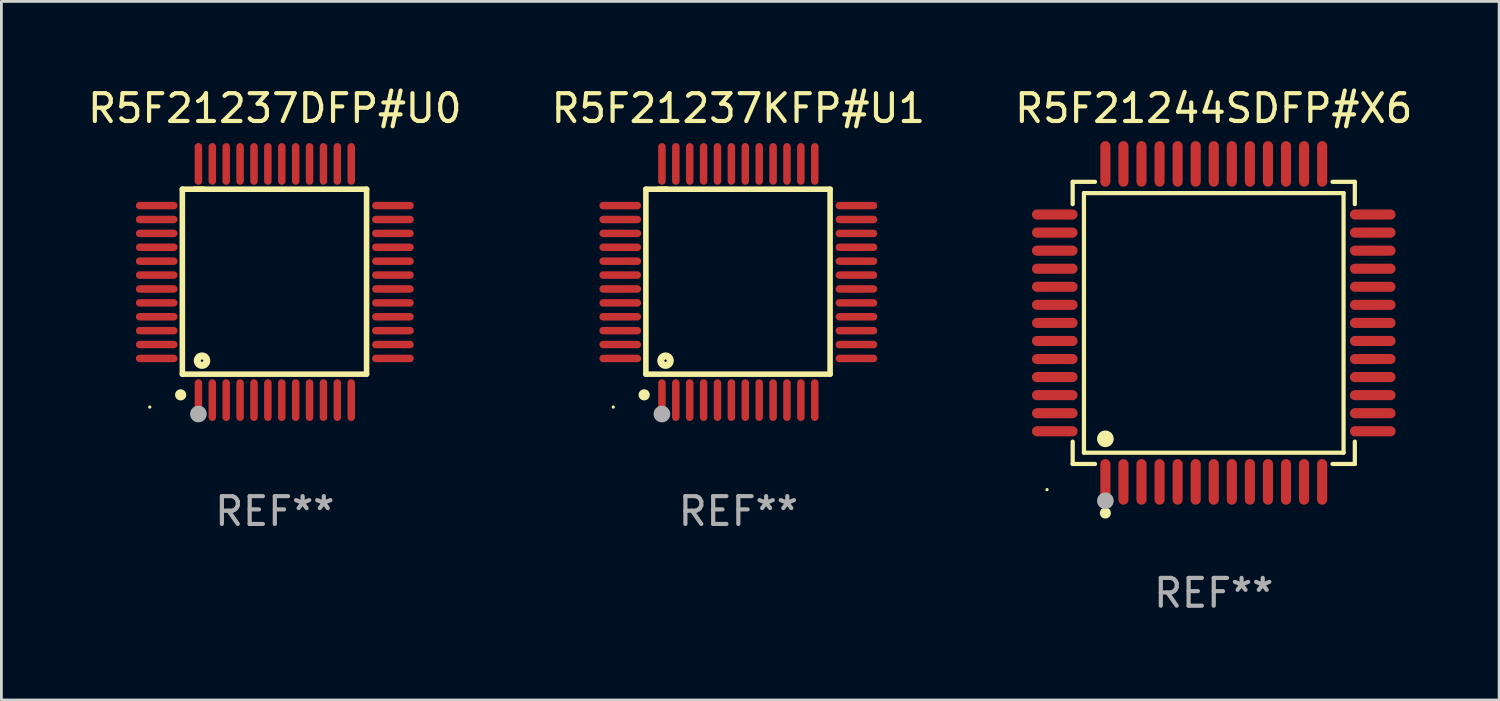
<source format=kicad_pcb>
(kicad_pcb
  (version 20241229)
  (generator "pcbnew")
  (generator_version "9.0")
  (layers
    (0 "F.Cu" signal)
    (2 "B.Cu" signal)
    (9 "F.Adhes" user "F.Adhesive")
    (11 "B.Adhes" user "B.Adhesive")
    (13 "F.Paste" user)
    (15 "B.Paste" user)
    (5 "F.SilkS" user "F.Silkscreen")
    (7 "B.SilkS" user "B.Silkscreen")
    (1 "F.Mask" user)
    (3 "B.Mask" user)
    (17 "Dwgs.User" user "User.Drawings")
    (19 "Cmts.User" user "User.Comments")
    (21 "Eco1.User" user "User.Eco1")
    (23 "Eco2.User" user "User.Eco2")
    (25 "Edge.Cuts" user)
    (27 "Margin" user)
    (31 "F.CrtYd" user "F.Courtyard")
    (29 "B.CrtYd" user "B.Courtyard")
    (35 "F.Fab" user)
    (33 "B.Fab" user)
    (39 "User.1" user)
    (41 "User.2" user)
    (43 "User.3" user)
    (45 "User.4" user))
  (footprint "R5F21244SDFP#X6"
    (layer "F.Cu")
    (at 40.625 8.569)
    (property "Reference" "R5F21244SDFP#X6" (at 0 -7.721 0) (layer "F.SilkS") (effects (font (size 1 1) (thickness 0.15))))
    (attr through_hole)
    (fp_line (start -5.076 -5.076) (end -4.273 -5.076) (stroke (width 0.152) (type solid)) (layer "F.SilkS"))
    (fp_line (start -5.076 -4.273) (end -5.076 -5.076) (stroke (width 0.152) (type solid)) (layer "F.SilkS"))
    (fp_line (start -5.076 4.273) (end -5.076 5.076) (stroke (width 0.152) (type solid)) (layer "F.SilkS"))
    (fp_line (start -5.076 5.076) (end -4.273 5.076) (stroke (width 0.152) (type solid)) (layer "F.SilkS"))
    (fp_line (start -4.671 -4.671) (end 4.671 -4.671) (stroke (width 0.152) (type solid)) (layer "F.SilkS"))
    (fp_line (start -4.671 4.671) (end -4.671 -4.671) (stroke (width 0.152) (type solid)) (layer "F.SilkS"))
    (fp_line (start 4.671 -4.671) (end 4.671 4.671) (stroke (width 0.152) (type solid)) (layer "F.SilkS"))
    (fp_line (start 4.671 4.671) (end -4.671 4.671) (stroke (width 0.152) (type solid)) (layer "F.SilkS"))
    (fp_line (start 5.076 -5.076) (end 4.273 -5.076) (stroke (width 0.152) (type solid)) (layer "F.SilkS"))
    (fp_line (start 5.076 -4.273) (end 5.076 -5.076) (stroke (width 0.152) (type solid)) (layer "F.SilkS"))
    (fp_line (start 5.076 4.273) (end 5.076 5.076) (stroke (width 0.152) (type solid)) (layer "F.SilkS"))
    (fp_line (start 5.076 5.076) (end 4.273 5.076) (stroke (width 0.152) (type solid)) (layer "F.SilkS"))
    (fp_circle (center -6 6) (end -5.97 6) (stroke (width 0.06) (type solid)) (fill no) (layer "F.SilkS"))
    (fp_circle (center -3.9 4.171) (end -3.75 4.171) (stroke (width 0.3) (type solid)) (fill no) (layer "F.SilkS"))
    (fp_circle (center -3.9 6.842) (end -3.8 6.842) (stroke (width 0.2) (type solid)) (fill no) (layer "F.SilkS"))
    (fp_circle (center -3.9 6.4) (end -3.75 6.4) (stroke (width 0.3) (type solid)) (fill no) (layer "F.Fab"))
    (fp_text user "REF**" (at 0 9.721 0) (layer "F.Fab") (effects (font (size 1 1) (thickness 0.15))))
    (pad "1" smd oval (at -3.9 5.721) (size 0.364 1.642) (layers "F.Cu" "F.Mask" "F.Paste"))
    (pad "2" smd oval (at -3.25 5.721) (size 0.364 1.642) (layers "F.Cu" "F.Mask" "F.Paste"))
    (pad "3" smd oval (at -2.6 5.721) (size 0.364 1.642) (layers "F.Cu" "F.Mask" "F.Paste"))
    (pad "4" smd oval (at -1.95 5.721) (size 0.364 1.642) (layers "F.Cu" "F.Mask" "F.Paste"))
    (pad "5" smd oval (at -1.3 5.721) (size 0.364 1.642) (layers "F.Cu" "F.Mask" "F.Paste"))
    (pad "6" smd oval (at -0.65 5.721) (size 0.364 1.642) (layers "F.Cu" "F.Mask" "F.Paste"))
    (pad "7" smd oval (at 0 5.721) (size 0.364 1.642) (layers "F.Cu" "F.Mask" "F.Paste"))
    (pad "8" smd oval (at 0.65 5.721) (size 0.364 1.642) (layers "F.Cu" "F.Mask" "F.Paste"))
    (pad "9" smd oval (at 1.3 5.721) (size 0.364 1.642) (layers "F.Cu" "F.Mask" "F.Paste"))
    (pad "10" smd oval (at 1.95 5.721) (size 0.364 1.642) (layers "F.Cu" "F.Mask" "F.Paste"))
    (pad "11" smd oval (at 2.6 5.721) (size 0.364 1.642) (layers "F.Cu" "F.Mask" "F.Paste"))
    (pad "12" smd oval (at 3.25 5.721) (size 0.364 1.642) (layers "F.Cu" "F.Mask" "F.Paste"))
    (pad "13" smd oval (at 3.9 5.721) (size 0.364 1.642) (layers "F.Cu" "F.Mask" "F.Paste"))
    (pad "14" smd oval (at 5.721 3.9) (size 1.642 0.364) (layers "F.Cu" "F.Mask" "F.Paste"))
    (pad "15" smd oval (at 5.721 3.25) (size 1.642 0.364) (layers "F.Cu" "F.Mask" "F.Paste"))
    (pad "16" smd oval (at 5.721 2.6) (size 1.642 0.364) (layers "F.Cu" "F.Mask" "F.Paste"))
    (pad "17" smd oval (at 5.721 1.95) (size 1.642 0.364) (layers "F.Cu" "F.Mask" "F.Paste"))
    (pad "18" smd oval (at 5.721 1.3) (size 1.642 0.364) (layers "F.Cu" "F.Mask" "F.Paste"))
    (pad "19" smd oval (at 5.721 0.65) (size 1.642 0.364) (layers "F.Cu" "F.Mask" "F.Paste"))
    (pad "20" smd oval (at 5.721 0) (size 1.642 0.364) (layers "F.Cu" "F.Mask" "F.Paste"))
    (pad "21" smd oval (at 5.721 -0.65) (size 1.642 0.364) (layers "F.Cu" "F.Mask" "F.Paste"))
    (pad "22" smd oval (at 5.721 -1.3) (size 1.642 0.364) (layers "F.Cu" "F.Mask" "F.Paste"))
    (pad "23" smd oval (at 5.721 -1.95) (size 1.642 0.364) (layers "F.Cu" "F.Mask" "F.Paste"))
    (pad "24" smd oval (at 5.721 -2.6) (size 1.642 0.364) (layers "F.Cu" "F.Mask" "F.Paste"))
    (pad "25" smd oval (at 5.721 -3.25) (size 1.642 0.364) (layers "F.Cu" "F.Mask" "F.Paste"))
    (pad "26" smd oval (at 5.721 -3.9) (size 1.642 0.364) (layers "F.Cu" "F.Mask" "F.Paste"))
    (pad "27" smd oval (at 3.9 -5.721) (size 0.364 1.642) (layers "F.Cu" "F.Mask" "F.Paste"))
    (pad "28" smd oval (at 3.25 -5.721) (size 0.364 1.642) (layers "F.Cu" "F.Mask" "F.Paste"))
    (pad "29" smd oval (at 2.6 -5.721) (size 0.364 1.642) (layers "F.Cu" "F.Mask" "F.Paste"))
    (pad "30" smd oval (at 1.95 -5.721) (size 0.364 1.642) (layers "F.Cu" "F.Mask" "F.Paste"))
    (pad "31" smd oval (at 1.3 -5.721) (size 0.364 1.642) (layers "F.Cu" "F.Mask" "F.Paste"))
    (pad "32" smd oval (at 0.65 -5.721) (size 0.364 1.642) (layers "F.Cu" "F.Mask" "F.Paste"))
    (pad "33" smd oval (at 0 -5.721) (size 0.364 1.642) (layers "F.Cu" "F.Mask" "F.Paste"))
    (pad "34" smd oval (at -0.65 -5.721) (size 0.364 1.642) (layers "F.Cu" "F.Mask" "F.Paste"))
    (pad "35" smd oval (at -1.3 -5.721) (size 0.364 1.642) (layers "F.Cu" "F.Mask" "F.Paste"))
    (pad "36" smd oval (at -1.95 -5.721) (size 0.364 1.642) (layers "F.Cu" "F.Mask" "F.Paste"))
    (pad "37" smd oval (at -2.6 -5.721) (size 0.364 1.642) (layers "F.Cu" "F.Mask" "F.Paste"))
    (pad "38" smd oval (at -3.25 -5.721) (size 0.364 1.642) (layers "F.Cu" "F.Mask" "F.Paste"))
    (pad "39" smd oval (at -3.9 -5.721) (size 0.364 1.642) (layers "F.Cu" "F.Mask" "F.Paste"))
    (pad "40" smd oval (at -5.721 -3.9) (size 1.642 0.364) (layers "F.Cu" "F.Mask" "F.Paste"))
    (pad "41" smd oval (at -5.721 -3.25) (size 1.642 0.364) (layers "F.Cu" "F.Mask" "F.Paste"))
    (pad "42" smd oval (at -5.721 -2.6) (size 1.642 0.364) (layers "F.Cu" "F.Mask" "F.Paste"))
    (pad "43" smd oval (at -5.721 -1.95) (size 1.642 0.364) (layers "F.Cu" "F.Mask" "F.Paste"))
    (pad "44" smd oval (at -5.721 -1.3) (size 1.642 0.364) (layers "F.Cu" "F.Mask" "F.Paste"))
    (pad "45" smd oval (at -5.721 -0.65) (size 1.642 0.364) (layers "F.Cu" "F.Mask" "F.Paste"))
    (pad "46" smd oval (at -5.721 0) (size 1.642 0.364) (layers "F.Cu" "F.Mask" "F.Paste"))
    (pad "47" smd oval (at -5.721 0.65) (size 1.642 0.364) (layers "F.Cu" "F.Mask" "F.Paste"))
    (pad "48" smd oval (at -5.721 1.3) (size 1.642 0.364) (layers "F.Cu" "F.Mask" "F.Paste"))
    (pad "49" smd oval (at -5.721 1.95) (size 1.642 0.364) (layers "F.Cu" "F.Mask" "F.Paste"))
    (pad "50" smd oval (at -5.721 2.6) (size 1.642 0.364) (layers "F.Cu" "F.Mask" "F.Paste"))
    (pad "51" smd oval (at -5.721 3.25) (size 1.642 0.364) (layers "F.Cu" "F.Mask" "F.Paste"))
    (pad "52" smd oval (at -5.721 3.9) (size 1.642 0.364) (layers "F.Cu" "F.Mask" "F.Paste")))
  (footprint "R5F21237DFP#U0"
    (layer "F.Cu")
    (at 6.839 7.098)
    (property "Reference" "R5F21237DFP#U0" (at 0 -6.25 0) (layer "F.SilkS") (effects (font (size 1 1) (thickness 0.15))))
    (attr through_hole)
    (fp_line (start -3.327 -3.34) (end -2.565 -3.34) (stroke (width 0.2) (type solid)) (layer "F.SilkS"))
    (fp_line (start -3.327 3.315) (end -3.327 -3.34) (stroke (width 0.2) (type solid)) (layer "F.SilkS"))
    (fp_line (start -2.896 -3.34) (end 3.302 -3.34) (stroke (width 0.2) (type solid)) (layer "F.SilkS"))
    (fp_line (start 3.302 -3.34) (end 3.302 3.315) (stroke (width 0.2) (type solid)) (layer "F.SilkS"))
    (fp_line (start 3.302 3.315) (end -3.327 3.315) (stroke (width 0.2) (type solid)) (layer "F.SilkS"))
    (fp_arc (start -3.389992 4.059995) (mid -3.388722 4.059991) (end -3.387452 4.059995) (stroke (width 0.4) (type solid)) (layer "F.SilkS"))
    (fp_circle (center -4.5 4.5) (end -4.47 4.5) (stroke (width 0.06) (type solid)) (fill no) (layer "F.SilkS"))
    (fp_circle (center -2.62 2.83) (end -2.45 2.83) (stroke (width 0.254) (type solid)) (fill no) (layer "F.SilkS"))
    (fp_circle (center -2.75 4.75) (end -2.6 4.75) (stroke (width 0.3) (type solid)) (fill no) (layer "F.Fab"))
    (fp_text user "REF**" (at 0 8.25 0) (layer "F.Fab") (effects (font (size 1 1) (thickness 0.15))))
    (pad "1" smd oval (at -2.75 4.25) (size 0.27 1.5) (layers "F.Cu" "F.Mask" "F.Paste"))
    (pad "2" smd oval (at -2.25 4.25) (size 0.27 1.5) (layers "F.Cu" "F.Mask" "F.Paste"))
    (pad "3" smd oval (at -1.75 4.25) (size 0.27 1.5) (layers "F.Cu" "F.Mask" "F.Paste"))
    (pad "4" smd oval (at -1.25 4.25) (size 0.27 1.5) (layers "F.Cu" "F.Mask" "F.Paste"))
    (pad "5" smd oval (at -0.75 4.25) (size 0.27 1.5) (layers "F.Cu" "F.Mask" "F.Paste"))
    (pad "6" smd oval (at -0.25 4.25) (size 0.27 1.5) (layers "F.Cu" "F.Mask" "F.Paste"))
    (pad "7" smd oval (at 0.25 4.25) (size 0.27 1.5) (layers "F.Cu" "F.Mask" "F.Paste"))
    (pad "8" smd oval (at 0.75 4.25) (size 0.27 1.5) (layers "F.Cu" "F.Mask" "F.Paste"))
    (pad "9" smd oval (at 1.25 4.25) (size 0.27 1.5) (layers "F.Cu" "F.Mask" "F.Paste"))
    (pad "10" smd oval (at 1.75 4.25) (size 0.27 1.5) (layers "F.Cu" "F.Mask" "F.Paste"))
    (pad "11" smd oval (at 2.25 4.25) (size 0.27 1.5) (layers "F.Cu" "F.Mask" "F.Paste"))
    (pad "12" smd oval (at 2.75 4.25) (size 0.27 1.5) (layers "F.Cu" "F.Mask" "F.Paste"))
    (pad "13" smd oval (at 4.25 2.75) (size 1.5 0.27) (layers "F.Cu" "F.Mask" "F.Paste"))
    (pad "14" smd oval (at 4.25 2.25) (size 1.5 0.27) (layers "F.Cu" "F.Mask" "F.Paste"))
    (pad "15" smd oval (at 4.25 1.75) (size 1.5 0.27) (layers "F.Cu" "F.Mask" "F.Paste"))
    (pad "16" smd oval (at 4.25 1.25) (size 1.5 0.27) (layers "F.Cu" "F.Mask" "F.Paste"))
    (pad "17" smd oval (at 4.25 0.75) (size 1.5 0.27) (layers "F.Cu" "F.Mask" "F.Paste"))
    (pad "18" smd oval (at 4.25 0.25) (size 1.5 0.27) (layers "F.Cu" "F.Mask" "F.Paste"))
    (pad "19" smd oval (at 4.25 -0.25) (size 1.5 0.27) (layers "F.Cu" "F.Mask" "F.Paste"))
    (pad "20" smd oval (at 4.25 -0.75) (size 1.5 0.27) (layers "F.Cu" "F.Mask" "F.Paste"))
    (pad "21" smd oval (at 4.25 -1.25) (size 1.5 0.27) (layers "F.Cu" "F.Mask" "F.Paste"))
    (pad "22" smd oval (at 4.25 -1.75) (size 1.5 0.27) (layers "F.Cu" "F.Mask" "F.Paste"))
    (pad "23" smd oval (at 4.25 -2.25) (size 1.5 0.27) (layers "F.Cu" "F.Mask" "F.Paste"))
    (pad "24" smd oval (at 4.25 -2.75) (size 1.5 0.27) (layers "F.Cu" "F.Mask" "F.Paste"))
    (pad "25" smd oval (at 2.75 -4.25) (size 0.27 1.5) (layers "F.Cu" "F.Mask" "F.Paste"))
    (pad "26" smd oval (at 2.25 -4.25) (size 0.27 1.5) (layers "F.Cu" "F.Mask" "F.Paste"))
    (pad "27" smd oval (at 1.75 -4.25) (size 0.27 1.5) (layers "F.Cu" "F.Mask" "F.Paste"))
    (pad "28" smd oval (at 1.25 -4.25) (size 0.27 1.5) (layers "F.Cu" "F.Mask" "F.Paste"))
    (pad "29" smd oval (at 0.75 -4.25) (size 0.27 1.5) (layers "F.Cu" "F.Mask" "F.Paste"))
    (pad "30" smd oval (at 0.25 -4.25) (size 0.27 1.5) (layers "F.Cu" "F.Mask" "F.Paste"))
    (pad "31" smd oval (at -0.25 -4.25) (size 0.27 1.5) (layers "F.Cu" "F.Mask" "F.Paste"))
    (pad "32" smd oval (at -0.75 -4.25) (size 0.27 1.5) (layers "F.Cu" "F.Mask" "F.Paste"))
    (pad "33" smd oval (at -1.25 -4.25) (size 0.27 1.5) (layers "F.Cu" "F.Mask" "F.Paste"))
    (pad "34" smd oval (at -1.75 -4.25) (size 0.27 1.5) (layers "F.Cu" "F.Mask" "F.Paste"))
    (pad "35" smd oval (at -2.25 -4.25) (size 0.27 1.5) (layers "F.Cu" "F.Mask" "F.Paste"))
    (pad "36" smd oval (at -2.75 -4.25) (size 0.27 1.5) (layers "F.Cu" "F.Mask" "F.Paste"))
    (pad "37" smd oval (at -4.25 -2.75) (size 1.5 0.27) (layers "F.Cu" "F.Mask" "F.Paste"))
    (pad "38" smd oval (at -4.25 -2.25) (size 1.5 0.27) (layers "F.Cu" "F.Mask" "F.Paste"))
    (pad "39" smd oval (at -4.25 -1.75) (size 1.5 0.27) (layers "F.Cu" "F.Mask" "F.Paste"))
    (pad "40" smd oval (at -4.25 -1.25) (size 1.5 0.27) (layers "F.Cu" "F.Mask" "F.Paste"))
    (pad "41" smd oval (at -4.25 -0.75) (size 1.5 0.27) (layers "F.Cu" "F.Mask" "F.Paste"))
    (pad "42" smd oval (at -4.25 -0.25) (size 1.5 0.27) (layers "F.Cu" "F.Mask" "F.Paste"))
    (pad "43" smd oval (at -4.25 0.25) (size 1.5 0.27) (layers "F.Cu" "F.Mask" "F.Paste"))
    (pad "44" smd oval (at -4.25 0.75) (size 1.5 0.27) (layers "F.Cu" "F.Mask" "F.Paste"))
    (pad "45" smd oval (at -4.25 1.25) (size 1.5 0.27) (layers "F.Cu" "F.Mask" "F.Paste"))
    (pad "46" smd oval (at -4.25 1.75) (size 1.5 0.27) (layers "F.Cu" "F.Mask" "F.Paste"))
    (pad "47" smd oval (at -4.25 2.25) (size 1.5 0.27) (layers "F.Cu" "F.Mask" "F.Paste"))
    (pad "48" smd oval (at -4.25 2.75) (size 1.5 0.27) (layers "F.Cu" "F.Mask" "F.Paste")))
  (footprint "R5F21237KFP#U1"
    (layer "F.Cu")
    (at 23.518 7.098)
    (property "Reference" "R5F21237KFP#U1" (at 0 -6.25 0) (layer "F.SilkS") (effects (font (size 1 1) (thickness 0.15))))
    (attr through_hole)
    (fp_line (start -3.327 -3.34) (end -2.565 -3.34) (stroke (width 0.2) (type solid)) (layer "F.SilkS"))
    (fp_line (start -3.327 3.315) (end -3.327 -3.34) (stroke (width 0.2) (type solid)) (layer "F.SilkS"))
    (fp_line (start -2.896 -3.34) (end 3.302 -3.34) (stroke (width 0.2) (type solid)) (layer "F.SilkS"))
    (fp_line (start 3.302 -3.34) (end 3.302 3.315) (stroke (width 0.2) (type solid)) (layer "F.SilkS"))
    (fp_line (start 3.302 3.315) (end -3.327 3.315) (stroke (width 0.2) (type solid)) (layer "F.SilkS"))
    (fp_arc (start -3.389992 4.059995) (mid -3.388722 4.059991) (end -3.387452 4.059995) (stroke (width 0.4) (type solid)) (layer "F.SilkS"))
    (fp_circle (center -4.5 4.5) (end -4.47 4.5) (stroke (width 0.06) (type solid)) (fill no) (layer "F.SilkS"))
    (fp_circle (center -2.62 2.83) (end -2.45 2.83) (stroke (width 0.254) (type solid)) (fill no) (layer "F.SilkS"))
    (fp_circle (center -2.75 4.75) (end -2.6 4.75) (stroke (width 0.3) (type solid)) (fill no) (layer "F.Fab"))
    (fp_text user "REF**" (at 0 8.25 0) (layer "F.Fab") (effects (font (size 1 1) (thickness 0.15))))
    (pad "1" smd oval (at -2.75 4.25) (size 0.27 1.5) (layers "F.Cu" "F.Mask" "F.Paste"))
    (pad "2" smd oval (at -2.25 4.25) (size 0.27 1.5) (layers "F.Cu" "F.Mask" "F.Paste"))
    (pad "3" smd oval (at -1.75 4.25) (size 0.27 1.5) (layers "F.Cu" "F.Mask" "F.Paste"))
    (pad "4" smd oval (at -1.25 4.25) (size 0.27 1.5) (layers "F.Cu" "F.Mask" "F.Paste"))
    (pad "5" smd oval (at -0.75 4.25) (size 0.27 1.5) (layers "F.Cu" "F.Mask" "F.Paste"))
    (pad "6" smd oval (at -0.25 4.25) (size 0.27 1.5) (layers "F.Cu" "F.Mask" "F.Paste"))
    (pad "7" smd oval (at 0.25 4.25) (size 0.27 1.5) (layers "F.Cu" "F.Mask" "F.Paste"))
    (pad "8" smd oval (at 0.75 4.25) (size 0.27 1.5) (layers "F.Cu" "F.Mask" "F.Paste"))
    (pad "9" smd oval (at 1.25 4.25) (size 0.27 1.5) (layers "F.Cu" "F.Mask" "F.Paste"))
    (pad "10" smd oval (at 1.75 4.25) (size 0.27 1.5) (layers "F.Cu" "F.Mask" "F.Paste"))
    (pad "11" smd oval (at 2.25 4.25) (size 0.27 1.5) (layers "F.Cu" "F.Mask" "F.Paste"))
    (pad "12" smd oval (at 2.75 4.25) (size 0.27 1.5) (layers "F.Cu" "F.Mask" "F.Paste"))
    (pad "13" smd oval (at 4.25 2.75) (size 1.5 0.27) (layers "F.Cu" "F.Mask" "F.Paste"))
    (pad "14" smd oval (at 4.25 2.25) (size 1.5 0.27) (layers "F.Cu" "F.Mask" "F.Paste"))
    (pad "15" smd oval (at 4.25 1.75) (size 1.5 0.27) (layers "F.Cu" "F.Mask" "F.Paste"))
    (pad "16" smd oval (at 4.25 1.25) (size 1.5 0.27) (layers "F.Cu" "F.Mask" "F.Paste"))
    (pad "17" smd oval (at 4.25 0.75) (size 1.5 0.27) (layers "F.Cu" "F.Mask" "F.Paste"))
    (pad "18" smd oval (at 4.25 0.25) (size 1.5 0.27) (layers "F.Cu" "F.Mask" "F.Paste"))
    (pad "19" smd oval (at 4.25 -0.25) (size 1.5 0.27) (layers "F.Cu" "F.Mask" "F.Paste"))
    (pad "20" smd oval (at 4.25 -0.75) (size 1.5 0.27) (layers "F.Cu" "F.Mask" "F.Paste"))
    (pad "21" smd oval (at 4.25 -1.25) (size 1.5 0.27) (layers "F.Cu" "F.Mask" "F.Paste"))
    (pad "22" smd oval (at 4.25 -1.75) (size 1.5 0.27) (layers "F.Cu" "F.Mask" "F.Paste"))
    (pad "23" smd oval (at 4.25 -2.25) (size 1.5 0.27) (layers "F.Cu" "F.Mask" "F.Paste"))
    (pad "24" smd oval (at 4.25 -2.75) (size 1.5 0.27) (layers "F.Cu" "F.Mask" "F.Paste"))
    (pad "25" smd oval (at 2.75 -4.25) (size 0.27 1.5) (layers "F.Cu" "F.Mask" "F.Paste"))
    (pad "26" smd oval (at 2.25 -4.25) (size 0.27 1.5) (layers "F.Cu" "F.Mask" "F.Paste"))
    (pad "27" smd oval (at 1.75 -4.25) (size 0.27 1.5) (layers "F.Cu" "F.Mask" "F.Paste"))
    (pad "28" smd oval (at 1.25 -4.25) (size 0.27 1.5) (layers "F.Cu" "F.Mask" "F.Paste"))
    (pad "29" smd oval (at 0.75 -4.25) (size 0.27 1.5) (layers "F.Cu" "F.Mask" "F.Paste"))
    (pad "30" smd oval (at 0.25 -4.25) (size 0.27 1.5) (layers "F.Cu" "F.Mask" "F.Paste"))
    (pad "31" smd oval (at -0.25 -4.25) (size 0.27 1.5) (layers "F.Cu" "F.Mask" "F.Paste"))
    (pad "32" smd oval (at -0.75 -4.25) (size 0.27 1.5) (layers "F.Cu" "F.Mask" "F.Paste"))
    (pad "33" smd oval (at -1.25 -4.25) (size 0.27 1.5) (layers "F.Cu" "F.Mask" "F.Paste"))
    (pad "34" smd oval (at -1.75 -4.25) (size 0.27 1.5) (layers "F.Cu" "F.Mask" "F.Paste"))
    (pad "35" smd oval (at -2.25 -4.25) (size 0.27 1.5) (layers "F.Cu" "F.Mask" "F.Paste"))
    (pad "36" smd oval (at -2.75 -4.25) (size 0.27 1.5) (layers "F.Cu" "F.Mask" "F.Paste"))
    (pad "37" smd oval (at -4.25 -2.75) (size 1.5 0.27) (layers "F.Cu" "F.Mask" "F.Paste"))
    (pad "38" smd oval (at -4.25 -2.25) (size 1.5 0.27) (layers "F.Cu" "F.Mask" "F.Paste"))
    (pad "39" smd oval (at -4.25 -1.75) (size 1.5 0.27) (layers "F.Cu" "F.Mask" "F.Paste"))
    (pad "40" smd oval (at -4.25 -1.25) (size 1.5 0.27) (layers "F.Cu" "F.Mask" "F.Paste"))
    (pad "41" smd oval (at -4.25 -0.75) (size 1.5 0.27) (layers "F.Cu" "F.Mask" "F.Paste"))
    (pad "42" smd oval (at -4.25 -0.25) (size 1.5 0.27) (layers "F.Cu" "F.Mask" "F.Paste"))
    (pad "43" smd oval (at -4.25 0.25) (size 1.5 0.27) (layers "F.Cu" "F.Mask" "F.Paste"))
    (pad "44" smd oval (at -4.25 0.75) (size 1.5 0.27) (layers "F.Cu" "F.Mask" "F.Paste"))
    (pad "45" smd oval (at -4.25 1.25) (size 1.5 0.27) (layers "F.Cu" "F.Mask" "F.Paste"))
    (pad "46" smd oval (at -4.25 1.75) (size 1.5 0.27) (layers "F.Cu" "F.Mask" "F.Paste"))
    (pad "47" smd oval (at -4.25 2.25) (size 1.5 0.27) (layers "F.Cu" "F.Mask" "F.Paste"))
    (pad "48" smd oval (at -4.25 2.75) (size 1.5 0.27) (layers "F.Cu" "F.Mask" "F.Paste")))
  (gr_rect
    (start -3 -3)
    (end 50.893 22.139)
    (stroke (width 0.1) (type default))
    (fill no)
    (layer "Edge.Cuts")))
</source>
